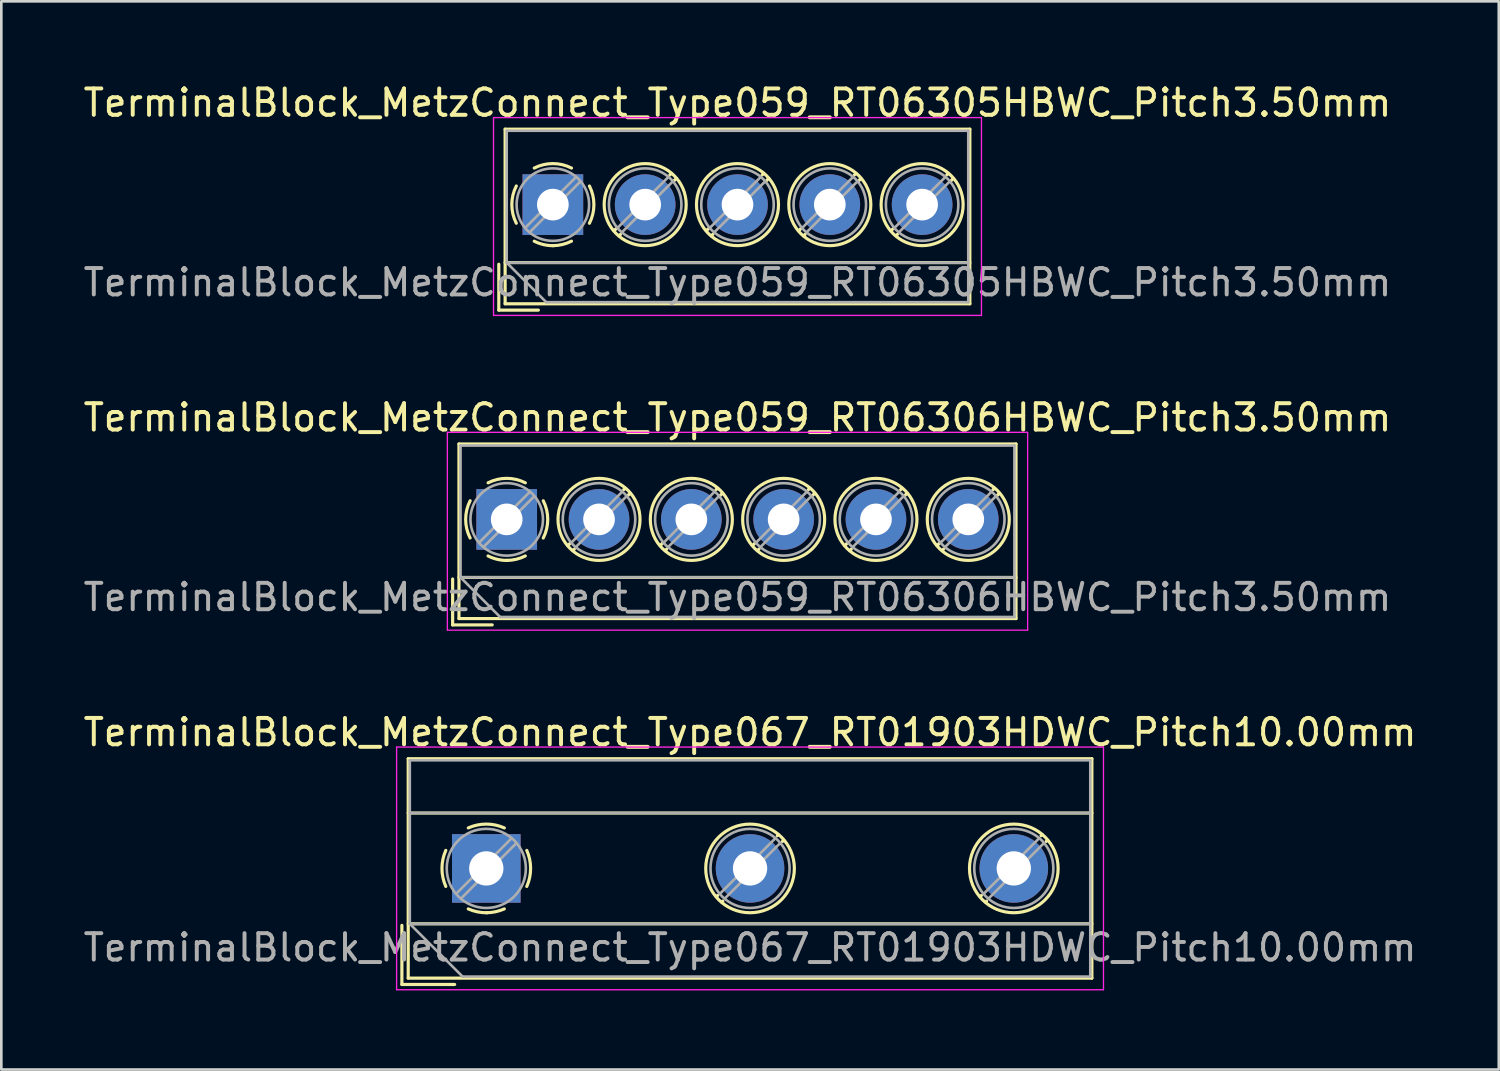
<source format=kicad_pcb>
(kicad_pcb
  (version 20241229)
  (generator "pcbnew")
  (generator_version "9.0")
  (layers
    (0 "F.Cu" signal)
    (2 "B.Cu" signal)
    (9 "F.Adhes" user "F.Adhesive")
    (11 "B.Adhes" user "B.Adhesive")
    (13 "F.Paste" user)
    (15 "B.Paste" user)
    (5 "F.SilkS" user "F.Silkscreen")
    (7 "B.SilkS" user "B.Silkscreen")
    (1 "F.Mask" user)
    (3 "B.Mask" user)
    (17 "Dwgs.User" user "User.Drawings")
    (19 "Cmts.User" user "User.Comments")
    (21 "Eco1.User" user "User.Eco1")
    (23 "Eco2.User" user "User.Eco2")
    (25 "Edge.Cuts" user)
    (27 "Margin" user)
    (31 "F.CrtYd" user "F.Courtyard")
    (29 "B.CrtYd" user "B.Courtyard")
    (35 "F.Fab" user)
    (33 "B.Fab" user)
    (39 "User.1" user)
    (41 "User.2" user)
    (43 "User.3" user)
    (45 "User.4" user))
  (footprint "TerminalBlock_MetzConnect_Type067_RT01903HDWC_Pitch10.00mm"
    (layer "F.Cu")
    (at 15.387 29.875)
    (property "Reference" "TerminalBlock_MetzConnect_Type067_RT01903HDWC_Pitch10.00mm" (at 10 -5.16 0) (layer "F.SilkS") (effects (font (size 1 1) (thickness 0.15))))
    (attr through_hole)
    (fp_line (start -3.2 2.16) (end -3.2 4.4) (stroke (width 0.12) (type solid)) (layer "F.SilkS"))
    (fp_line (start -3.2 4.4) (end -1.2 4.4) (stroke (width 0.12) (type solid)) (layer "F.SilkS"))
    (fp_line (start -2.96 -4.16) (end -2.96 4.16) (stroke (width 0.12) (type solid)) (layer "F.SilkS"))
    (fp_line (start -2.96 -2.1) (end 22.96 -2.1) (stroke (width 0.12) (type solid)) (layer "F.SilkS"))
    (fp_line (start -2.96 2.1) (end 22.96 2.1) (stroke (width 0.12) (type solid)) (layer "F.SilkS"))
    (fp_line (start -2.96 4.16) (end 22.96 4.16) (stroke (width 0.12) (type solid)) (layer "F.SilkS"))
    (fp_line (start 8.773 1.023) (end 8.726 1.069) (stroke (width 0.12) (type solid)) (layer "F.SilkS"))
    (fp_line (start 8.966 1.239) (end 8.931 1.274) (stroke (width 0.12) (type solid)) (layer "F.SilkS"))
    (fp_line (start 11.07 -1.275) (end 11.035 -1.239) (stroke (width 0.12) (type solid)) (layer "F.SilkS"))
    (fp_line (start 11.275 -1.069) (end 11.228 -1.023) (stroke (width 0.12) (type solid)) (layer "F.SilkS"))
    (fp_line (start 18.773 1.023) (end 18.726 1.069) (stroke (width 0.12) (type solid)) (layer "F.SilkS"))
    (fp_line (start 18.966 1.239) (end 18.931 1.274) (stroke (width 0.12) (type solid)) (layer "F.SilkS"))
    (fp_line (start 21.07 -1.275) (end 21.035 -1.239) (stroke (width 0.12) (type solid)) (layer "F.SilkS"))
    (fp_line (start 21.275 -1.069) (end 21.228 -1.023) (stroke (width 0.12) (type solid)) (layer "F.SilkS"))
    (fp_line (start 22.96 -4.16) (end -2.96 -4.16) (stroke (width 0.12) (type solid)) (layer "F.SilkS"))
    (fp_line (start 22.96 4.16) (end 22.96 -4.16) (stroke (width 0.12) (type solid)) (layer "F.SilkS"))
    (fp_arc (start -1.535427 0.683042) (mid -1.680501 -0.000524) (end -1.535 -0.684) (stroke (width 0.12) (type solid)) (layer "F.SilkS"))
    (fp_arc (start -0.683042 -1.535427) (mid 0.000524 -1.680501) (end 0.684 -1.535) (stroke (width 0.12) (type solid)) (layer "F.SilkS"))
    (fp_arc (start 0.028805 1.680253) (mid -0.335551 1.646659) (end -0.684 1.535) (stroke (width 0.12) (type solid)) (layer "F.SilkS"))
    (fp_arc (start 0.683318 1.534756) (mid 0.349292 1.643288) (end 0 1.68) (stroke (width 0.12) (type solid)) (layer "F.SilkS"))
    (fp_arc (start 1.535427 -0.683042) (mid 1.680501 0.000524) (end 1.535 0.684) (stroke (width 0.12) (type solid)) (layer "F.SilkS"))
    (fp_circle (center 10 0) (end 11.68 0) (stroke (width 0.12) (type solid)) (fill no) (layer "F.SilkS"))
    (fp_circle (center 20 0) (end 21.68 0) (stroke (width 0.12) (type solid)) (fill no) (layer "F.SilkS"))
    (fp_line (start -3.4 -4.6) (end -3.4 4.6) (stroke (width 0.05) (type solid)) (layer "F.CrtYd"))
    (fp_line (start -3.4 4.6) (end 23.4 4.6) (stroke (width 0.05) (type solid)) (layer "F.CrtYd"))
    (fp_line (start 23.4 -4.6) (end -3.4 -4.6) (stroke (width 0.05) (type solid)) (layer "F.CrtYd"))
    (fp_line (start 23.4 4.6) (end 23.4 -4.6) (stroke (width 0.05) (type solid)) (layer "F.CrtYd"))
    (fp_line (start -2.9 -4.1) (end 22.9 -4.1) (stroke (width 0.1) (type solid)) (layer "F.Fab"))
    (fp_line (start -2.9 -2.1) (end 22.9 -2.1) (stroke (width 0.1) (type solid)) (layer "F.Fab"))
    (fp_line (start -2.9 2.1) (end -2.9 -4.1) (stroke (width 0.1) (type solid)) (layer "F.Fab"))
    (fp_line (start -2.9 2.1) (end 22.9 2.1) (stroke (width 0.1) (type solid)) (layer "F.Fab"))
    (fp_line (start -0.9 4.1) (end -2.9 2.1) (stroke (width 0.1) (type solid)) (layer "F.Fab"))
    (fp_line (start 0.955 -1.138) (end -1.138 0.955) (stroke (width 0.1) (type solid)) (layer "F.Fab"))
    (fp_line (start 1.138 -0.955) (end -0.955 1.138) (stroke (width 0.1) (type solid)) (layer "F.Fab"))
    (fp_line (start 10.955 -1.138) (end 8.863 0.955) (stroke (width 0.1) (type solid)) (layer "F.Fab"))
    (fp_line (start 11.138 -0.955) (end 9.046 1.138) (stroke (width 0.1) (type solid)) (layer "F.Fab"))
    (fp_line (start 20.955 -1.138) (end 18.863 0.955) (stroke (width 0.1) (type solid)) (layer "F.Fab"))
    (fp_line (start 21.138 -0.955) (end 19.046 1.138) (stroke (width 0.1) (type solid)) (layer "F.Fab"))
    (fp_line (start 22.9 -4.1) (end 22.9 4.1) (stroke (width 0.1) (type solid)) (layer "F.Fab"))
    (fp_line (start 22.9 4.1) (end -0.9 4.1) (stroke (width 0.1) (type solid)) (layer "F.Fab"))
    (fp_circle (center 0 0) (end 1.5 0) (stroke (width 0.1) (type solid)) (fill no) (layer "F.Fab"))
    (fp_circle (center 10 0) (end 11.5 0) (stroke (width 0.1) (type solid)) (fill no) (layer "F.Fab"))
    (fp_circle (center 20 0) (end 21.5 0) (stroke (width 0.1) (type solid)) (fill no) (layer "F.Fab"))
    (fp_text user "${REFERENCE}" (at 10 3 0) (layer "F.Fab") (effects (font (size 1 1) (thickness 0.15))))
    (pad "1" thru_hole rect (at 0 0) (size 2.6 2.6) (drill 1.3) (layers "*.Cu" "*.Mask"))
    (pad "2" thru_hole circle (at 10 0) (size 2.6 2.6) (drill 1.3) (layers "*.Cu" "*.Mask"))
    (pad "3" thru_hole circle (at 20 0) (size 2.6 2.6) (drill 1.3) (layers "*.Cu" "*.Mask")))
  (footprint "TerminalBlock_MetzConnect_Type059_RT06306HBWC_Pitch3.50mm"
    (layer "F.Cu")
    (at 16.161 16.642)
    (property "Reference" "TerminalBlock_MetzConnect_Type059_RT06306HBWC_Pitch3.50mm" (at 8.75 -3.86 0) (layer "F.SilkS") (effects (font (size 1 1) (thickness 0.15))))
    (attr through_hole)
    (fp_line (start -2.05 2.26) (end -2.05 4) (stroke (width 0.12) (type solid)) (layer "F.SilkS"))
    (fp_line (start -2.05 4) (end -0.55 4) (stroke (width 0.12) (type solid)) (layer "F.SilkS"))
    (fp_line (start -1.81 -2.86) (end -1.81 3.76) (stroke (width 0.12) (type solid)) (layer "F.SilkS"))
    (fp_line (start -1.81 2.2) (end 19.31 2.2) (stroke (width 0.12) (type solid)) (layer "F.SilkS"))
    (fp_line (start -1.81 3.76) (end 19.31 3.76) (stroke (width 0.12) (type solid)) (layer "F.SilkS"))
    (fp_line (start 2.397 0.914) (end 2.321 0.99) (stroke (width 0.12) (type solid)) (layer "F.SilkS"))
    (fp_line (start 2.565 1.125) (end 2.511 1.18) (stroke (width 0.12) (type solid)) (layer "F.SilkS"))
    (fp_line (start 4.49 -1.18) (end 4.436 -1.126) (stroke (width 0.12) (type solid)) (layer "F.SilkS"))
    (fp_line (start 4.68 -0.99) (end 4.604 -0.914) (stroke (width 0.12) (type solid)) (layer "F.SilkS"))
    (fp_line (start 5.897 0.914) (end 5.821 0.99) (stroke (width 0.12) (type solid)) (layer "F.SilkS"))
    (fp_line (start 6.065 1.125) (end 6.011 1.18) (stroke (width 0.12) (type solid)) (layer "F.SilkS"))
    (fp_line (start 7.99 -1.18) (end 7.936 -1.126) (stroke (width 0.12) (type solid)) (layer "F.SilkS"))
    (fp_line (start 8.18 -0.99) (end 8.104 -0.914) (stroke (width 0.12) (type solid)) (layer "F.SilkS"))
    (fp_line (start 9.397 0.914) (end 9.321 0.99) (stroke (width 0.12) (type solid)) (layer "F.SilkS"))
    (fp_line (start 9.565 1.125) (end 9.511 1.18) (stroke (width 0.12) (type solid)) (layer "F.SilkS"))
    (fp_line (start 11.49 -1.18) (end 11.436 -1.126) (stroke (width 0.12) (type solid)) (layer "F.SilkS"))
    (fp_line (start 11.68 -0.99) (end 11.604 -0.914) (stroke (width 0.12) (type solid)) (layer "F.SilkS"))
    (fp_line (start 12.897 0.914) (end 12.821 0.99) (stroke (width 0.12) (type solid)) (layer "F.SilkS"))
    (fp_line (start 13.065 1.125) (end 13.011 1.18) (stroke (width 0.12) (type solid)) (layer "F.SilkS"))
    (fp_line (start 14.99 -1.18) (end 14.936 -1.126) (stroke (width 0.12) (type solid)) (layer "F.SilkS"))
    (fp_line (start 15.18 -0.99) (end 15.104 -0.914) (stroke (width 0.12) (type solid)) (layer "F.SilkS"))
    (fp_line (start 16.397 0.914) (end 16.321 0.99) (stroke (width 0.12) (type solid)) (layer "F.SilkS"))
    (fp_line (start 16.565 1.125) (end 16.511 1.18) (stroke (width 0.12) (type solid)) (layer "F.SilkS"))
    (fp_line (start 18.49 -1.18) (end 18.436 -1.126) (stroke (width 0.12) (type solid)) (layer "F.SilkS"))
    (fp_line (start 18.68 -0.99) (end 18.604 -0.914) (stroke (width 0.12) (type solid)) (layer "F.SilkS"))
    (fp_line (start 19.31 -2.86) (end -1.81 -2.86) (stroke (width 0.12) (type solid)) (layer "F.SilkS"))
    (fp_line (start 19.31 3.76) (end 19.31 -2.86) (stroke (width 0.12) (type solid)) (layer "F.SilkS"))
    (fp_arc (start -1.386645 0.705733) (mid -1.555906 -0.000711) (end -1.386 -0.707) (stroke (width 0.12) (type solid)) (layer "F.SilkS"))
    (fp_arc (start -0.705733 -1.386645) (mid 0.000711 -1.555906) (end 0.707 -1.386) (stroke (width 0.12) (type solid)) (layer "F.SilkS"))
    (fp_arc (start 0.026444 1.555682) (mid -0.350695 1.515869) (end -0.707 1.386) (stroke (width 0.12) (type solid)) (layer "F.SilkS"))
    (fp_arc (start 0.705955 1.385515) (mid 0.363007 1.512035) (end 0 1.555) (stroke (width 0.12) (type solid)) (layer "F.SilkS"))
    (fp_arc (start 1.386645 -0.705733) (mid 1.555906 0.000711) (end 1.386 0.707) (stroke (width 0.12) (type solid)) (layer "F.SilkS"))
    (fp_circle (center 3.5 0) (end 5.055 0) (stroke (width 0.12) (type solid)) (fill no) (layer "F.SilkS"))
    (fp_circle (center 7 0) (end 8.555 0) (stroke (width 0.12) (type solid)) (fill no) (layer "F.SilkS"))
    (fp_circle (center 10.5 0) (end 12.055 0) (stroke (width 0.12) (type solid)) (fill no) (layer "F.SilkS"))
    (fp_circle (center 14 0) (end 15.555 0) (stroke (width 0.12) (type solid)) (fill no) (layer "F.SilkS"))
    (fp_circle (center 17.5 0) (end 19.055 0) (stroke (width 0.12) (type solid)) (fill no) (layer "F.SilkS"))
    (fp_line (start -2.25 -3.3) (end -2.25 4.2) (stroke (width 0.05) (type solid)) (layer "F.CrtYd"))
    (fp_line (start -2.25 4.2) (end 19.75 4.2) (stroke (width 0.05) (type solid)) (layer "F.CrtYd"))
    (fp_line (start 19.75 -3.3) (end -2.25 -3.3) (stroke (width 0.05) (type solid)) (layer "F.CrtYd"))
    (fp_line (start 19.75 4.2) (end 19.75 -3.3) (stroke (width 0.05) (type solid)) (layer "F.CrtYd"))
    (fp_line (start -1.75 -2.8) (end 19.25 -2.8) (stroke (width 0.1) (type solid)) (layer "F.Fab"))
    (fp_line (start -1.75 2.2) (end -1.75 -2.8) (stroke (width 0.1) (type solid)) (layer "F.Fab"))
    (fp_line (start -1.75 2.2) (end 19.25 2.2) (stroke (width 0.1) (type solid)) (layer "F.Fab"))
    (fp_line (start -0.25 3.7) (end -1.75 2.2) (stroke (width 0.1) (type solid)) (layer "F.Fab"))
    (fp_line (start 0.876 -1.043) (end -1.043 0.875) (stroke (width 0.1) (type solid)) (layer "F.Fab"))
    (fp_line (start 1.043 -0.875) (end -0.876 1.043) (stroke (width 0.1) (type solid)) (layer "F.Fab"))
    (fp_line (start 4.376 -1.043) (end 2.458 0.875) (stroke (width 0.1) (type solid)) (layer "F.Fab"))
    (fp_line (start 4.543 -0.875) (end 2.625 1.043) (stroke (width 0.1) (type solid)) (layer "F.Fab"))
    (fp_line (start 7.876 -1.043) (end 5.958 0.875) (stroke (width 0.1) (type solid)) (layer "F.Fab"))
    (fp_line (start 8.043 -0.875) (end 6.125 1.043) (stroke (width 0.1) (type solid)) (layer "F.Fab"))
    (fp_line (start 11.376 -1.043) (end 9.458 0.875) (stroke (width 0.1) (type solid)) (layer "F.Fab"))
    (fp_line (start 11.543 -0.875) (end 9.625 1.043) (stroke (width 0.1) (type solid)) (layer "F.Fab"))
    (fp_line (start 14.876 -1.043) (end 12.958 0.875) (stroke (width 0.1) (type solid)) (layer "F.Fab"))
    (fp_line (start 15.043 -0.875) (end 13.125 1.043) (stroke (width 0.1) (type solid)) (layer "F.Fab"))
    (fp_line (start 18.376 -1.043) (end 16.458 0.875) (stroke (width 0.1) (type solid)) (layer "F.Fab"))
    (fp_line (start 18.543 -0.875) (end 16.625 1.043) (stroke (width 0.1) (type solid)) (layer "F.Fab"))
    (fp_line (start 19.25 -2.8) (end 19.25 3.7) (stroke (width 0.1) (type solid)) (layer "F.Fab"))
    (fp_line (start 19.25 3.7) (end -0.25 3.7) (stroke (width 0.1) (type solid)) (layer "F.Fab"))
    (fp_circle (center 0 0) (end 1.375 0) (stroke (width 0.1) (type solid)) (fill no) (layer "F.Fab"))
    (fp_circle (center 3.5 0) (end 4.875 0) (stroke (width 0.1) (type solid)) (fill no) (layer "F.Fab"))
    (fp_circle (center 7 0) (end 8.375 0) (stroke (width 0.1) (type solid)) (fill no) (layer "F.Fab"))
    (fp_circle (center 10.5 0) (end 11.875 0) (stroke (width 0.1) (type solid)) (fill no) (layer "F.Fab"))
    (fp_circle (center 14 0) (end 15.375 0) (stroke (width 0.1) (type solid)) (fill no) (layer "F.Fab"))
    (fp_circle (center 17.5 0) (end 18.875 0) (stroke (width 0.1) (type solid)) (fill no) (layer "F.Fab"))
    (fp_text user "${REFERENCE}" (at 8.75 2.95 0) (layer "F.Fab") (effects (font (size 1 1) (thickness 0.15))))
    (pad "1" thru_hole rect (at 0 0) (size 2.3 2.3) (drill 1.2) (layers "*.Cu" "*.Mask"))
    (pad "2" thru_hole circle (at 3.5 0) (size 2.3 2.3) (drill 1.2) (layers "*.Cu" "*.Mask"))
    (pad "3" thru_hole circle (at 7 0) (size 2.3 2.3) (drill 1.2) (layers "*.Cu" "*.Mask"))
    (pad "4" thru_hole circle (at 10.5 0) (size 2.3 2.3) (drill 1.2) (layers "*.Cu" "*.Mask"))
    (pad "5" thru_hole circle (at 14 0) (size 2.3 2.3) (drill 1.2) (layers "*.Cu" "*.Mask"))
    (pad "6" thru_hole circle (at 17.5 0) (size 2.3 2.3) (drill 1.2) (layers "*.Cu" "*.Mask")))
  (footprint "TerminalBlock_MetzConnect_Type059_RT06305HBWC_Pitch3.50mm"
    (layer "F.Cu")
    (at 17.911 4.708)
    (property "Reference" "TerminalBlock_MetzConnect_Type059_RT06305HBWC_Pitch3.50mm" (at 7 -3.86 0) (layer "F.SilkS") (effects (font (size 1 1) (thickness 0.15))))
    (attr through_hole)
    (fp_line (start -2.05 2.26) (end -2.05 4) (stroke (width 0.12) (type solid)) (layer "F.SilkS"))
    (fp_line (start -2.05 4) (end -0.55 4) (stroke (width 0.12) (type solid)) (layer "F.SilkS"))
    (fp_line (start -1.81 -2.86) (end -1.81 3.76) (stroke (width 0.12) (type solid)) (layer "F.SilkS"))
    (fp_line (start -1.81 2.2) (end 15.81 2.2) (stroke (width 0.12) (type solid)) (layer "F.SilkS"))
    (fp_line (start -1.81 3.76) (end 15.81 3.76) (stroke (width 0.12) (type solid)) (layer "F.SilkS"))
    (fp_line (start 2.397 0.914) (end 2.321 0.99) (stroke (width 0.12) (type solid)) (layer "F.SilkS"))
    (fp_line (start 2.565 1.125) (end 2.511 1.18) (stroke (width 0.12) (type solid)) (layer "F.SilkS"))
    (fp_line (start 4.49 -1.18) (end 4.436 -1.126) (stroke (width 0.12) (type solid)) (layer "F.SilkS"))
    (fp_line (start 4.68 -0.99) (end 4.604 -0.914) (stroke (width 0.12) (type solid)) (layer "F.SilkS"))
    (fp_line (start 5.897 0.914) (end 5.821 0.99) (stroke (width 0.12) (type solid)) (layer "F.SilkS"))
    (fp_line (start 6.065 1.125) (end 6.011 1.18) (stroke (width 0.12) (type solid)) (layer "F.SilkS"))
    (fp_line (start 7.99 -1.18) (end 7.936 -1.126) (stroke (width 0.12) (type solid)) (layer "F.SilkS"))
    (fp_line (start 8.18 -0.99) (end 8.104 -0.914) (stroke (width 0.12) (type solid)) (layer "F.SilkS"))
    (fp_line (start 9.397 0.914) (end 9.321 0.99) (stroke (width 0.12) (type solid)) (layer "F.SilkS"))
    (fp_line (start 9.565 1.125) (end 9.511 1.18) (stroke (width 0.12) (type solid)) (layer "F.SilkS"))
    (fp_line (start 11.49 -1.18) (end 11.436 -1.126) (stroke (width 0.12) (type solid)) (layer "F.SilkS"))
    (fp_line (start 11.68 -0.99) (end 11.604 -0.914) (stroke (width 0.12) (type solid)) (layer "F.SilkS"))
    (fp_line (start 12.897 0.914) (end 12.821 0.99) (stroke (width 0.12) (type solid)) (layer "F.SilkS"))
    (fp_line (start 13.065 1.125) (end 13.011 1.18) (stroke (width 0.12) (type solid)) (layer "F.SilkS"))
    (fp_line (start 14.99 -1.18) (end 14.936 -1.126) (stroke (width 0.12) (type solid)) (layer "F.SilkS"))
    (fp_line (start 15.18 -0.99) (end 15.104 -0.914) (stroke (width 0.12) (type solid)) (layer "F.SilkS"))
    (fp_line (start 15.81 -2.86) (end -1.81 -2.86) (stroke (width 0.12) (type solid)) (layer "F.SilkS"))
    (fp_line (start 15.81 3.76) (end 15.81 -2.86) (stroke (width 0.12) (type solid)) (layer "F.SilkS"))
    (fp_arc (start -1.386645 0.705733) (mid -1.555906 -0.000711) (end -1.386 -0.707) (stroke (width 0.12) (type solid)) (layer "F.SilkS"))
    (fp_arc (start -0.705733 -1.386645) (mid 0.000711 -1.555906) (end 0.707 -1.386) (stroke (width 0.12) (type solid)) (layer "F.SilkS"))
    (fp_arc (start 0.026444 1.555682) (mid -0.350695 1.515869) (end -0.707 1.386) (stroke (width 0.12) (type solid)) (layer "F.SilkS"))
    (fp_arc (start 0.705955 1.385515) (mid 0.363007 1.512035) (end 0 1.555) (stroke (width 0.12) (type solid)) (layer "F.SilkS"))
    (fp_arc (start 1.386645 -0.705733) (mid 1.555906 0.000711) (end 1.386 0.707) (stroke (width 0.12) (type solid)) (layer "F.SilkS"))
    (fp_circle (center 3.5 0) (end 5.055 0) (stroke (width 0.12) (type solid)) (fill no) (layer "F.SilkS"))
    (fp_circle (center 7 0) (end 8.555 0) (stroke (width 0.12) (type solid)) (fill no) (layer "F.SilkS"))
    (fp_circle (center 10.5 0) (end 12.055 0) (stroke (width 0.12) (type solid)) (fill no) (layer "F.SilkS"))
    (fp_circle (center 14 0) (end 15.555 0) (stroke (width 0.12) (type solid)) (fill no) (layer "F.SilkS"))
    (fp_line (start -2.25 -3.3) (end -2.25 4.2) (stroke (width 0.05) (type solid)) (layer "F.CrtYd"))
    (fp_line (start -2.25 4.2) (end 16.25 4.2) (stroke (width 0.05) (type solid)) (layer "F.CrtYd"))
    (fp_line (start 16.25 -3.3) (end -2.25 -3.3) (stroke (width 0.05) (type solid)) (layer "F.CrtYd"))
    (fp_line (start 16.25 4.2) (end 16.25 -3.3) (stroke (width 0.05) (type solid)) (layer "F.CrtYd"))
    (fp_line (start -1.75 -2.8) (end 15.75 -2.8) (stroke (width 0.1) (type solid)) (layer "F.Fab"))
    (fp_line (start -1.75 2.2) (end -1.75 -2.8) (stroke (width 0.1) (type solid)) (layer "F.Fab"))
    (fp_line (start -1.75 2.2) (end 15.75 2.2) (stroke (width 0.1) (type solid)) (layer "F.Fab"))
    (fp_line (start -0.25 3.7) (end -1.75 2.2) (stroke (width 0.1) (type solid)) (layer "F.Fab"))
    (fp_line (start 0.876 -1.043) (end -1.043 0.875) (stroke (width 0.1) (type solid)) (layer "F.Fab"))
    (fp_line (start 1.043 -0.875) (end -0.876 1.043) (stroke (width 0.1) (type solid)) (layer "F.Fab"))
    (fp_line (start 4.376 -1.043) (end 2.458 0.875) (stroke (width 0.1) (type solid)) (layer "F.Fab"))
    (fp_line (start 4.543 -0.875) (end 2.625 1.043) (stroke (width 0.1) (type solid)) (layer "F.Fab"))
    (fp_line (start 7.876 -1.043) (end 5.958 0.875) (stroke (width 0.1) (type solid)) (layer "F.Fab"))
    (fp_line (start 8.043 -0.875) (end 6.125 1.043) (stroke (width 0.1) (type solid)) (layer "F.Fab"))
    (fp_line (start 11.376 -1.043) (end 9.458 0.875) (stroke (width 0.1) (type solid)) (layer "F.Fab"))
    (fp_line (start 11.543 -0.875) (end 9.625 1.043) (stroke (width 0.1) (type solid)) (layer "F.Fab"))
    (fp_line (start 14.876 -1.043) (end 12.958 0.875) (stroke (width 0.1) (type solid)) (layer "F.Fab"))
    (fp_line (start 15.043 -0.875) (end 13.125 1.043) (stroke (width 0.1) (type solid)) (layer "F.Fab"))
    (fp_line (start 15.75 -2.8) (end 15.75 3.7) (stroke (width 0.1) (type solid)) (layer "F.Fab"))
    (fp_line (start 15.75 3.7) (end -0.25 3.7) (stroke (width 0.1) (type solid)) (layer "F.Fab"))
    (fp_circle (center 0 0) (end 1.375 0) (stroke (width 0.1) (type solid)) (fill no) (layer "F.Fab"))
    (fp_circle (center 3.5 0) (end 4.875 0) (stroke (width 0.1) (type solid)) (fill no) (layer "F.Fab"))
    (fp_circle (center 7 0) (end 8.375 0) (stroke (width 0.1) (type solid)) (fill no) (layer "F.Fab"))
    (fp_circle (center 10.5 0) (end 11.875 0) (stroke (width 0.1) (type solid)) (fill no) (layer "F.Fab"))
    (fp_circle (center 14 0) (end 15.375 0) (stroke (width 0.1) (type solid)) (fill no) (layer "F.Fab"))
    (fp_text user "${REFERENCE}" (at 7 2.95 0) (layer "F.Fab") (effects (font (size 1 1) (thickness 0.15))))
    (pad "1" thru_hole rect (at 0 0) (size 2.3 2.3) (drill 1.2) (layers "*.Cu" "*.Mask"))
    (pad "2" thru_hole circle (at 3.5 0) (size 2.3 2.3) (drill 1.2) (layers "*.Cu" "*.Mask"))
    (pad "3" thru_hole circle (at 7 0) (size 2.3 2.3) (drill 1.2) (layers "*.Cu" "*.Mask"))
    (pad "4" thru_hole circle (at 10.5 0) (size 2.3 2.3) (drill 1.2) (layers "*.Cu" "*.Mask"))
    (pad "5" thru_hole circle (at 14 0) (size 2.3 2.3) (drill 1.2) (layers "*.Cu" "*.Mask")))
  (gr_rect
    (start -3 -3)
    (end 53.774 37.5)
    (stroke (width 0.1) (type default))
    (fill no)
    (layer "Edge.Cuts")))
</source>
